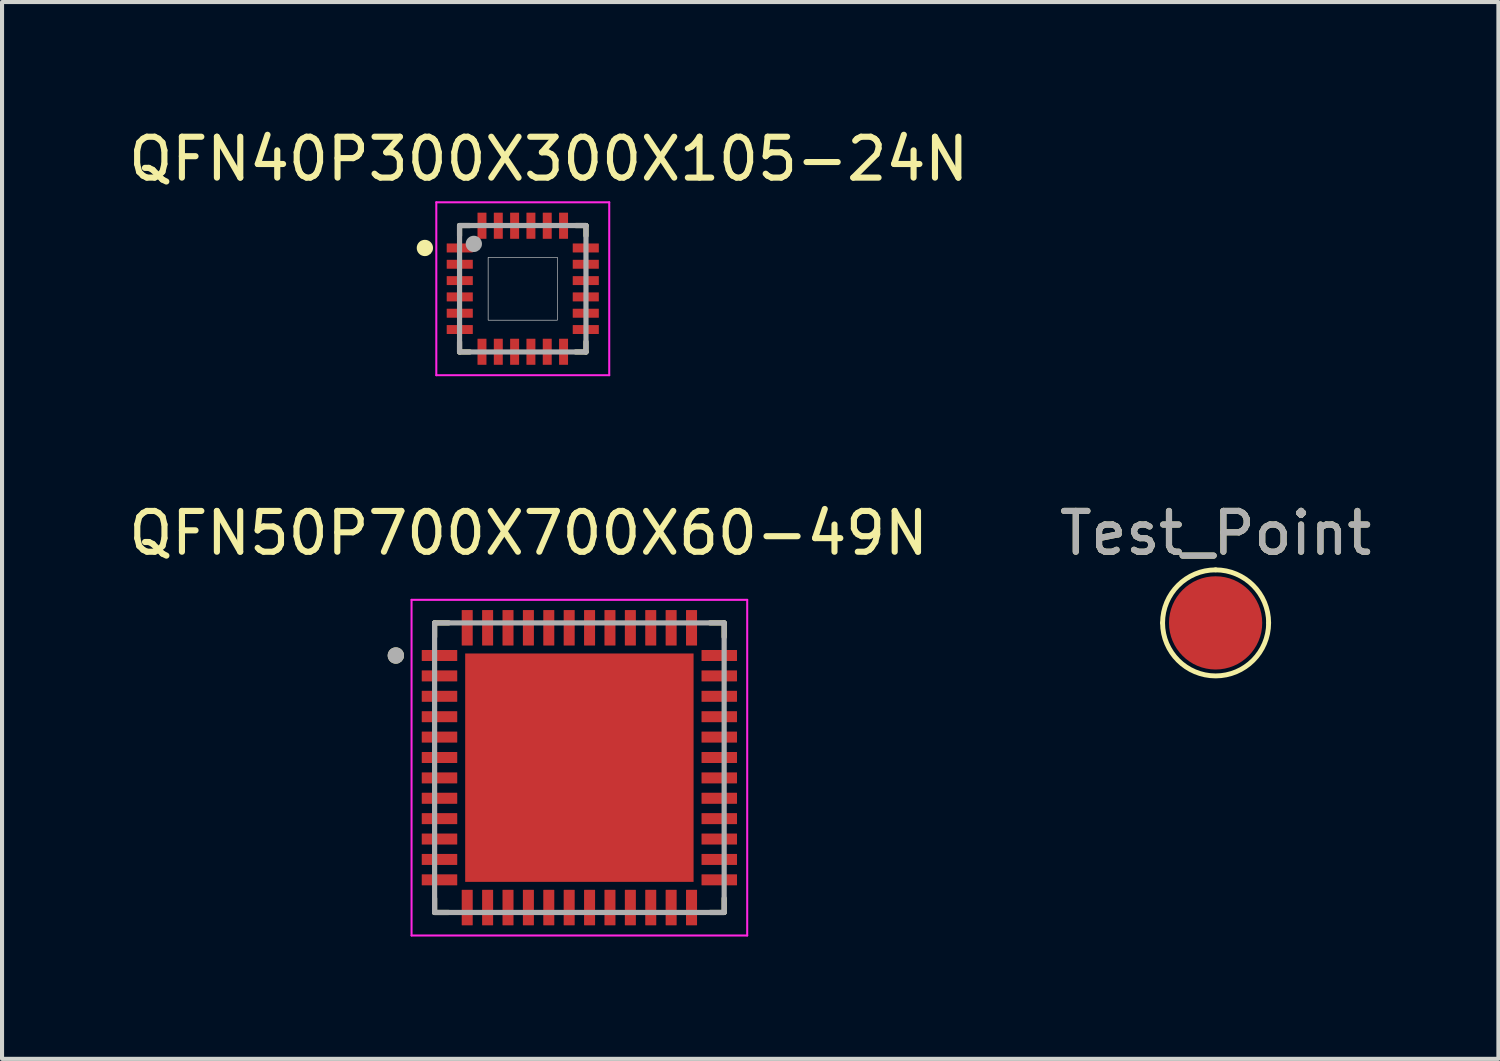
<source format=kicad_pcb>
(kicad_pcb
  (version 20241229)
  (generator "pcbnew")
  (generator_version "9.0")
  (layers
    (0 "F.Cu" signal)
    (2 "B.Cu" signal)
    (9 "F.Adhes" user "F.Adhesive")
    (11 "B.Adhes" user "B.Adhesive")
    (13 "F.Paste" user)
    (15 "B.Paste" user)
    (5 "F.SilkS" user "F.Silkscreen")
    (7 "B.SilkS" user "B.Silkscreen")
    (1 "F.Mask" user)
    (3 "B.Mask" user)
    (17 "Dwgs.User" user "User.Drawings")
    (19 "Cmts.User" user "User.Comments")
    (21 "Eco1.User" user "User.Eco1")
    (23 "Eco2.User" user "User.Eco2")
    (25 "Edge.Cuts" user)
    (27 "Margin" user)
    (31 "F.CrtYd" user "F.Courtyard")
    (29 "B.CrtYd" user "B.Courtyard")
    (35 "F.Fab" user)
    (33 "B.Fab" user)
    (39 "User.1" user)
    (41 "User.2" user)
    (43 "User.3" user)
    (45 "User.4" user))
  (footprint "QFN40P300X300X105-24N"
    (layer "F.Cu")
    (at 9.768 4.03)
    (property "Reference" "QFN40P300X300X105-24N" (at 0.636 -3.181 0) (layer "F.SilkS") (effects (font (size 1.002 1.002) (thickness 0.15))))
    (attr through_hole)
    (fp_line (start -1.55 -1.55) (end -1.55 -1.3) (stroke (width 0.127) (type solid)) (layer "F.SilkS"))
    (fp_line (start -1.55 1.3) (end -1.55 1.55) (stroke (width 0.127) (type solid)) (layer "F.SilkS"))
    (fp_line (start -1.55 1.55) (end -1.3 1.55) (stroke (width 0.127) (type solid)) (layer "F.SilkS"))
    (fp_line (start -1.3 -1.55) (end -1.55 -1.55) (stroke (width 0.127) (type solid)) (layer "F.SilkS"))
    (fp_line (start 1.3 -1.55) (end 1.55 -1.55) (stroke (width 0.127) (type solid)) (layer "F.SilkS"))
    (fp_line (start 1.55 -1.55) (end 1.55 -1.3) (stroke (width 0.127) (type solid)) (layer "F.SilkS"))
    (fp_line (start 1.55 1.3) (end 1.55 1.55) (stroke (width 0.127) (type solid)) (layer "F.SilkS"))
    (fp_line (start 1.55 1.55) (end 1.3 1.55) (stroke (width 0.127) (type solid)) (layer "F.SilkS"))
    (fp_circle (center -2.4 -1) (end -2.3 -1) (stroke (width 0.2) (type solid)) (fill no) (layer "F.SilkS"))
    (fp_poly (pts (xy -0.85 -0.77) (xy 0.85 -0.77) (xy 0.85 0.77) (xy -0.85 0.77)) (stroke (width 0.01) (type solid)) (fill no) (layer "Dwgs.User"))
    (fp_poly (pts (xy -0.85 -0.77) (xy 0.85 -0.77) (xy 0.85 0.77) (xy -0.85 0.77)) (stroke (width 0.01) (type solid)) (fill no) (layer "Dwgs.User"))
    (fp_line (start -2.12 -2.12) (end 2.12 -2.12) (stroke (width 0.05) (type solid)) (layer "F.CrtYd"))
    (fp_line (start -2.12 2.12) (end -2.12 -2.12) (stroke (width 0.05) (type solid)) (layer "F.CrtYd"))
    (fp_line (start 2.12 -2.12) (end 2.12 2.12) (stroke (width 0.05) (type solid)) (layer "F.CrtYd"))
    (fp_line (start 2.12 2.12) (end -2.12 2.12) (stroke (width 0.05) (type solid)) (layer "F.CrtYd"))
    (fp_line (start -1.55 -1.55) (end 1.55 -1.55) (stroke (width 0.127) (type solid)) (layer "F.Fab"))
    (fp_line (start -1.55 1.55) (end -1.55 -1.55) (stroke (width 0.127) (type solid)) (layer "F.Fab"))
    (fp_line (start 1.55 -1.55) (end 1.55 1.55) (stroke (width 0.127) (type solid)) (layer "F.Fab"))
    (fp_line (start 1.55 1.55) (end -1.55 1.55) (stroke (width 0.127) (type solid)) (layer "F.Fab"))
    (fp_circle (center -1.2 -1.1) (end -1.1 -1.1) (stroke (width 0.2) (type solid)) (fill no) (layer "F.Fab"))
    (pad "1" smd roundrect (at -1.545 -1) (size 0.64 0.22) (layers "F.Cu" "F.Mask" "F.Paste") (roundrect_rratio 0.03))
    (pad "2" smd roundrect (at -1.545 -0.6) (size 0.64 0.22) (layers "F.Cu" "F.Mask" "F.Paste") (roundrect_rratio 0.03))
    (pad "3" smd roundrect (at -1.545 -0.2) (size 0.64 0.22) (layers "F.Cu" "F.Mask" "F.Paste") (roundrect_rratio 0.03))
    (pad "4" smd roundrect (at -1.545 0.2) (size 0.64 0.22) (layers "F.Cu" "F.Mask" "F.Paste") (roundrect_rratio 0.03))
    (pad "5" smd roundrect (at -1.545 0.6) (size 0.64 0.22) (layers "F.Cu" "F.Mask" "F.Paste") (roundrect_rratio 0.03))
    (pad "6" smd roundrect (at -1.545 1) (size 0.64 0.22) (layers "F.Cu" "F.Mask" "F.Paste") (roundrect_rratio 0.03))
    (pad "7" smd roundrect (at -1 1.545 90) (size 0.64 0.22) (layers "F.Cu" "F.Mask" "F.Paste") (roundrect_rratio 0.03))
    (pad "8" smd roundrect (at -0.6 1.545 90) (size 0.64 0.22) (layers "F.Cu" "F.Mask" "F.Paste") (roundrect_rratio 0.03))
    (pad "9" smd roundrect (at -0.2 1.545 90) (size 0.64 0.22) (layers "F.Cu" "F.Mask" "F.Paste") (roundrect_rratio 0.03))
    (pad "10" smd roundrect (at 0.2 1.545 90) (size 0.64 0.22) (layers "F.Cu" "F.Mask" "F.Paste") (roundrect_rratio 0.03))
    (pad "11" smd roundrect (at 0.6 1.545 90) (size 0.64 0.22) (layers "F.Cu" "F.Mask" "F.Paste") (roundrect_rratio 0.03))
    (pad "12" smd roundrect (at 1 1.545 90) (size 0.64 0.22) (layers "F.Cu" "F.Mask" "F.Paste") (roundrect_rratio 0.03))
    (pad "13" smd roundrect (at 1.545 1 180) (size 0.64 0.22) (layers "F.Cu" "F.Mask" "F.Paste") (roundrect_rratio 0.03))
    (pad "14" smd roundrect (at 1.545 0.6 180) (size 0.64 0.22) (layers "F.Cu" "F.Mask" "F.Paste") (roundrect_rratio 0.03))
    (pad "15" smd roundrect (at 1.545 0.2 180) (size 0.64 0.22) (layers "F.Cu" "F.Mask" "F.Paste") (roundrect_rratio 0.03))
    (pad "16" smd roundrect (at 1.545 -0.2 180) (size 0.64 0.22) (layers "F.Cu" "F.Mask" "F.Paste") (roundrect_rratio 0.03))
    (pad "17" smd roundrect (at 1.545 -0.6 180) (size 0.64 0.22) (layers "F.Cu" "F.Mask" "F.Paste") (roundrect_rratio 0.03))
    (pad "18" smd roundrect (at 1.545 -1 180) (size 0.64 0.22) (layers "F.Cu" "F.Mask" "F.Paste") (roundrect_rratio 0.03))
    (pad "19" smd roundrect (at 1 -1.545 270) (size 0.64 0.22) (layers "F.Cu" "F.Mask" "F.Paste") (roundrect_rratio 0.03))
    (pad "20" smd roundrect (at 0.6 -1.545 270) (size 0.64 0.22) (layers "F.Cu" "F.Mask" "F.Paste") (roundrect_rratio 0.03))
    (pad "21" smd roundrect (at 0.2 -1.545 270) (size 0.64 0.22) (layers "F.Cu" "F.Mask" "F.Paste") (roundrect_rratio 0.03))
    (pad "22" smd roundrect (at -0.2 -1.545 270) (size 0.64 0.22) (layers "F.Cu" "F.Mask" "F.Paste") (roundrect_rratio 0.03))
    (pad "23" smd roundrect (at -0.6 -1.545 270) (size 0.64 0.22) (layers "F.Cu" "F.Mask" "F.Paste") (roundrect_rratio 0.03))
    (pad "24" smd roundrect (at -1 -1.545 270) (size 0.64 0.22) (layers "F.Cu" "F.Mask" "F.Paste") (roundrect_rratio 0.03)))
  (footprint "Test_Point"
    (layer "F.Cu")
    (at 26.756 12.223)
    (property "Reference" "Test_Point" (at 0 -2.2 0) (unlocked yes) (layer "F.SilkS") (effects (font (size 1 1) (thickness 0.15))))
    (attr smd)
    (fp_arc (start -1.3 0) (mid -0.919239 -0.919239) (end 0 -1.3) (stroke (width 0.12) (type solid)) (layer "F.SilkS"))
    (fp_arc (start 0 -1.3) (mid 0.919239 -0.919239) (end 1.3 0) (stroke (width 0.12) (type solid)) (layer "F.SilkS"))
    (fp_arc (start 1.3 0) (mid 0 1.3) (end -1.3 0) (stroke (width 0.12) (type solid)) (layer "F.SilkS"))
    (fp_text user "${REFERENCE}" (at 0 -2.2 0) (unlocked yes) (layer "F.Fab") (effects (font (size 1 1) (thickness 0.15))))
    (pad "1" smd circle (at 0 0) (size 2.286 2.286) (layers "F.Cu" "F.Mask" "F.Paste")))
  (footprint "QFN50P700X700X60-49N"
    (layer "F.Cu")
    (at 11.156 15.773)
    (property "Reference" "QFN50P700X700X60-49N" (at -1.245 -5.75 0) (layer "F.SilkS") (effects (font (size 1 1) (thickness 0.15))))
    (attr through_hole)
    (fp_line (start -3.55 -3.55) (end -3.55 -3.205) (stroke (width 0.127) (type solid)) (layer "F.SilkS"))
    (fp_line (start -3.55 -3.55) (end -3.205 -3.55) (stroke (width 0.127) (type solid)) (layer "F.SilkS"))
    (fp_line (start -3.55 3.55) (end -3.55 3.205) (stroke (width 0.127) (type solid)) (layer "F.SilkS"))
    (fp_line (start -3.55 3.55) (end -3.205 3.55) (stroke (width 0.127) (type solid)) (layer "F.SilkS"))
    (fp_line (start 3.55 -3.55) (end 3.205 -3.55) (stroke (width 0.127) (type solid)) (layer "F.SilkS"))
    (fp_line (start 3.55 -3.55) (end 3.55 -3.205) (stroke (width 0.127) (type solid)) (layer "F.SilkS"))
    (fp_line (start 3.55 3.55) (end 3.205 3.55) (stroke (width 0.127) (type solid)) (layer "F.SilkS"))
    (fp_line (start 3.55 3.55) (end 3.55 3.205) (stroke (width 0.127) (type solid)) (layer "F.SilkS"))
    (fp_circle (center -4.5 -2.75) (end -4.4 -2.75) (stroke (width 0.2) (type solid)) (fill no) (layer "F.SilkS"))
    (fp_poly (pts (xy -2.29 -2.29) (xy -0.51 -2.29) (xy -0.51 -0.51) (xy -2.29 -0.51)) (stroke (width 0.01) (type solid)) (fill yes) (layer "F.Paste"))
    (fp_poly (pts (xy -2.29 0.51) (xy -0.51 0.51) (xy -0.51 2.29) (xy -2.29 2.29)) (stroke (width 0.01) (type solid)) (fill yes) (layer "F.Paste"))
    (fp_poly (pts (xy 0.51 -2.29) (xy 2.29 -2.29) (xy 2.29 -0.51) (xy 0.51 -0.51)) (stroke (width 0.01) (type solid)) (fill yes) (layer "F.Paste"))
    (fp_poly (pts (xy 0.51 0.51) (xy 2.29 0.51) (xy 2.29 2.29) (xy 0.51 2.29)) (stroke (width 0.01) (type solid)) (fill yes) (layer "F.Paste"))
    (fp_line (start -4.115 -4.115) (end 4.115 -4.115) (stroke (width 0.05) (type solid)) (layer "F.CrtYd"))
    (fp_line (start -4.115 4.115) (end -4.115 -4.115) (stroke (width 0.05) (type solid)) (layer "F.CrtYd"))
    (fp_line (start -4.115 4.115) (end 4.115 4.115) (stroke (width 0.05) (type solid)) (layer "F.CrtYd"))
    (fp_line (start 4.115 4.115) (end 4.115 -4.115) (stroke (width 0.05) (type solid)) (layer "F.CrtYd"))
    (fp_line (start -3.55 3.55) (end -3.55 -3.55) (stroke (width 0.127) (type solid)) (layer "F.Fab"))
    (fp_line (start 3.55 -3.55) (end -3.55 -3.55) (stroke (width 0.127) (type solid)) (layer "F.Fab"))
    (fp_line (start 3.55 3.55) (end -3.55 3.55) (stroke (width 0.127) (type solid)) (layer "F.Fab"))
    (fp_line (start 3.55 3.55) (end 3.55 -3.55) (stroke (width 0.127) (type solid)) (layer "F.Fab"))
    (fp_circle (center -4.5 -2.75) (end -4.4 -2.75) (stroke (width 0.2) (type solid)) (fill no) (layer "F.Fab"))
    (pad "1" smd roundrect (at -3.43 -2.75) (size 0.87 0.27) (layers "F.Cu" "F.Mask" "F.Paste") (roundrect_rratio 0.03))
    (pad "2" smd roundrect (at -3.43 -2.25) (size 0.87 0.27) (layers "F.Cu" "F.Mask" "F.Paste") (roundrect_rratio 0.03))
    (pad "3" smd roundrect (at -3.43 -1.75) (size 0.87 0.27) (layers "F.Cu" "F.Mask" "F.Paste") (roundrect_rratio 0.03))
    (pad "4" smd roundrect (at -3.43 -1.25) (size 0.87 0.27) (layers "F.Cu" "F.Mask" "F.Paste") (roundrect_rratio 0.03))
    (pad "5" smd roundrect (at -3.43 -0.75) (size 0.87 0.27) (layers "F.Cu" "F.Mask" "F.Paste") (roundrect_rratio 0.03))
    (pad "6" smd roundrect (at -3.43 -0.25) (size 0.87 0.27) (layers "F.Cu" "F.Mask" "F.Paste") (roundrect_rratio 0.03))
    (pad "7" smd roundrect (at -3.43 0.25) (size 0.87 0.27) (layers "F.Cu" "F.Mask" "F.Paste") (roundrect_rratio 0.03))
    (pad "8" smd roundrect (at -3.43 0.75) (size 0.87 0.27) (layers "F.Cu" "F.Mask" "F.Paste") (roundrect_rratio 0.03))
    (pad "9" smd roundrect (at -3.43 1.25) (size 0.87 0.27) (layers "F.Cu" "F.Mask" "F.Paste") (roundrect_rratio 0.03))
    (pad "10" smd roundrect (at -3.43 1.75) (size 0.87 0.27) (layers "F.Cu" "F.Mask" "F.Paste") (roundrect_rratio 0.03))
    (pad "11" smd roundrect (at -3.43 2.25) (size 0.87 0.27) (layers "F.Cu" "F.Mask" "F.Paste") (roundrect_rratio 0.03))
    (pad "12" smd roundrect (at -3.43 2.75) (size 0.87 0.27) (layers "F.Cu" "F.Mask" "F.Paste") (roundrect_rratio 0.03))
    (pad "13" smd roundrect (at -2.75 3.43 90) (size 0.87 0.27) (layers "F.Cu" "F.Mask" "F.Paste") (roundrect_rratio 0.03))
    (pad "14" smd roundrect (at -2.25 3.43 90) (size 0.87 0.27) (layers "F.Cu" "F.Mask" "F.Paste") (roundrect_rratio 0.03))
    (pad "15" smd roundrect (at -1.75 3.43 90) (size 0.87 0.27) (layers "F.Cu" "F.Mask" "F.Paste") (roundrect_rratio 0.03))
    (pad "16" smd roundrect (at -1.25 3.43 90) (size 0.87 0.27) (layers "F.Cu" "F.Mask" "F.Paste") (roundrect_rratio 0.03))
    (pad "17" smd roundrect (at -0.75 3.43 90) (size 0.87 0.27) (layers "F.Cu" "F.Mask" "F.Paste") (roundrect_rratio 0.03))
    (pad "18" smd roundrect (at -0.25 3.43 90) (size 0.87 0.27) (layers "F.Cu" "F.Mask" "F.Paste") (roundrect_rratio 0.03))
    (pad "19" smd roundrect (at 0.25 3.43 90) (size 0.87 0.27) (layers "F.Cu" "F.Mask" "F.Paste") (roundrect_rratio 0.03))
    (pad "20" smd roundrect (at 0.75 3.43 90) (size 0.87 0.27) (layers "F.Cu" "F.Mask" "F.Paste") (roundrect_rratio 0.03))
    (pad "21" smd roundrect (at 1.25 3.43 90) (size 0.87 0.27) (layers "F.Cu" "F.Mask" "F.Paste") (roundrect_rratio 0.03))
    (pad "22" smd roundrect (at 1.75 3.43 90) (size 0.87 0.27) (layers "F.Cu" "F.Mask" "F.Paste") (roundrect_rratio 0.03))
    (pad "23" smd roundrect (at 2.25 3.43 90) (size 0.87 0.27) (layers "F.Cu" "F.Mask" "F.Paste") (roundrect_rratio 0.03))
    (pad "24" smd roundrect (at 2.75 3.43 90) (size 0.87 0.27) (layers "F.Cu" "F.Mask" "F.Paste") (roundrect_rratio 0.03))
    (pad "25" smd roundrect (at 3.43 2.75) (size 0.87 0.27) (layers "F.Cu" "F.Mask" "F.Paste") (roundrect_rratio 0.03))
    (pad "26" smd roundrect (at 3.43 2.25) (size 0.87 0.27) (layers "F.Cu" "F.Mask" "F.Paste") (roundrect_rratio 0.03))
    (pad "27" smd roundrect (at 3.43 1.75) (size 0.87 0.27) (layers "F.Cu" "F.Mask" "F.Paste") (roundrect_rratio 0.03))
    (pad "28" smd roundrect (at 3.43 1.25) (size 0.87 0.27) (layers "F.Cu" "F.Mask" "F.Paste") (roundrect_rratio 0.03))
    (pad "29" smd roundrect (at 3.43 0.75) (size 0.87 0.27) (layers "F.Cu" "F.Mask" "F.Paste") (roundrect_rratio 0.03))
    (pad "30" smd roundrect (at 3.43 0.25) (size 0.87 0.27) (layers "F.Cu" "F.Mask" "F.Paste") (roundrect_rratio 0.03))
    (pad "31" smd roundrect (at 3.43 -0.25) (size 0.87 0.27) (layers "F.Cu" "F.Mask" "F.Paste") (roundrect_rratio 0.03))
    (pad "32" smd roundrect (at 3.43 -0.75) (size 0.87 0.27) (layers "F.Cu" "F.Mask" "F.Paste") (roundrect_rratio 0.03))
    (pad "33" smd roundrect (at 3.43 -1.25) (size 0.87 0.27) (layers "F.Cu" "F.Mask" "F.Paste") (roundrect_rratio 0.03))
    (pad "34" smd roundrect (at 3.43 -1.75) (size 0.87 0.27) (layers "F.Cu" "F.Mask" "F.Paste") (roundrect_rratio 0.03))
    (pad "35" smd roundrect (at 3.43 -2.25) (size 0.87 0.27) (layers "F.Cu" "F.Mask" "F.Paste") (roundrect_rratio 0.03))
    (pad "36" smd roundrect (at 3.43 -2.75) (size 0.87 0.27) (layers "F.Cu" "F.Mask" "F.Paste") (roundrect_rratio 0.03))
    (pad "37" smd roundrect (at 2.75 -3.43 90) (size 0.87 0.27) (layers "F.Cu" "F.Mask" "F.Paste") (roundrect_rratio 0.03))
    (pad "38" smd roundrect (at 2.25 -3.43 90) (size 0.87 0.27) (layers "F.Cu" "F.Mask" "F.Paste") (roundrect_rratio 0.03))
    (pad "39" smd roundrect (at 1.75 -3.43 90) (size 0.87 0.27) (layers "F.Cu" "F.Mask" "F.Paste") (roundrect_rratio 0.03))
    (pad "40" smd roundrect (at 1.25 -3.43 90) (size 0.87 0.27) (layers "F.Cu" "F.Mask" "F.Paste") (roundrect_rratio 0.03))
    (pad "41" smd roundrect (at 0.75 -3.43 90) (size 0.87 0.27) (layers "F.Cu" "F.Mask" "F.Paste") (roundrect_rratio 0.03))
    (pad "42" smd roundrect (at 0.25 -3.43 90) (size 0.87 0.27) (layers "F.Cu" "F.Mask" "F.Paste") (roundrect_rratio 0.03))
    (pad "43" smd roundrect (at -0.25 -3.43 90) (size 0.87 0.27) (layers "F.Cu" "F.Mask" "F.Paste") (roundrect_rratio 0.03))
    (pad "44" smd roundrect (at -0.75 -3.43 90) (size 0.87 0.27) (layers "F.Cu" "F.Mask" "F.Paste") (roundrect_rratio 0.03))
    (pad "45" smd roundrect (at -1.25 -3.43 90) (size 0.87 0.27) (layers "F.Cu" "F.Mask" "F.Paste") (roundrect_rratio 0.03))
    (pad "46" smd roundrect (at -1.75 -3.43 90) (size 0.87 0.27) (layers "F.Cu" "F.Mask" "F.Paste") (roundrect_rratio 0.03))
    (pad "47" smd roundrect (at -2.25 -3.43 90) (size 0.87 0.27) (layers "F.Cu" "F.Mask" "F.Paste") (roundrect_rratio 0.03))
    (pad "48" smd roundrect (at -2.75 -3.43 90) (size 0.87 0.27) (layers "F.Cu" "F.Mask" "F.Paste") (roundrect_rratio 0.03))
    (pad "49" smd rect (at 0 0) (size 5.6 5.6) (layers "F.Cu" "F.Mask")))
  (gr_rect
    (start -3 -3)
    (end 33.69 22.913)
    (stroke (width 0.1) (type default))
    (fill no)
    (layer "Edge.Cuts")))
</source>
